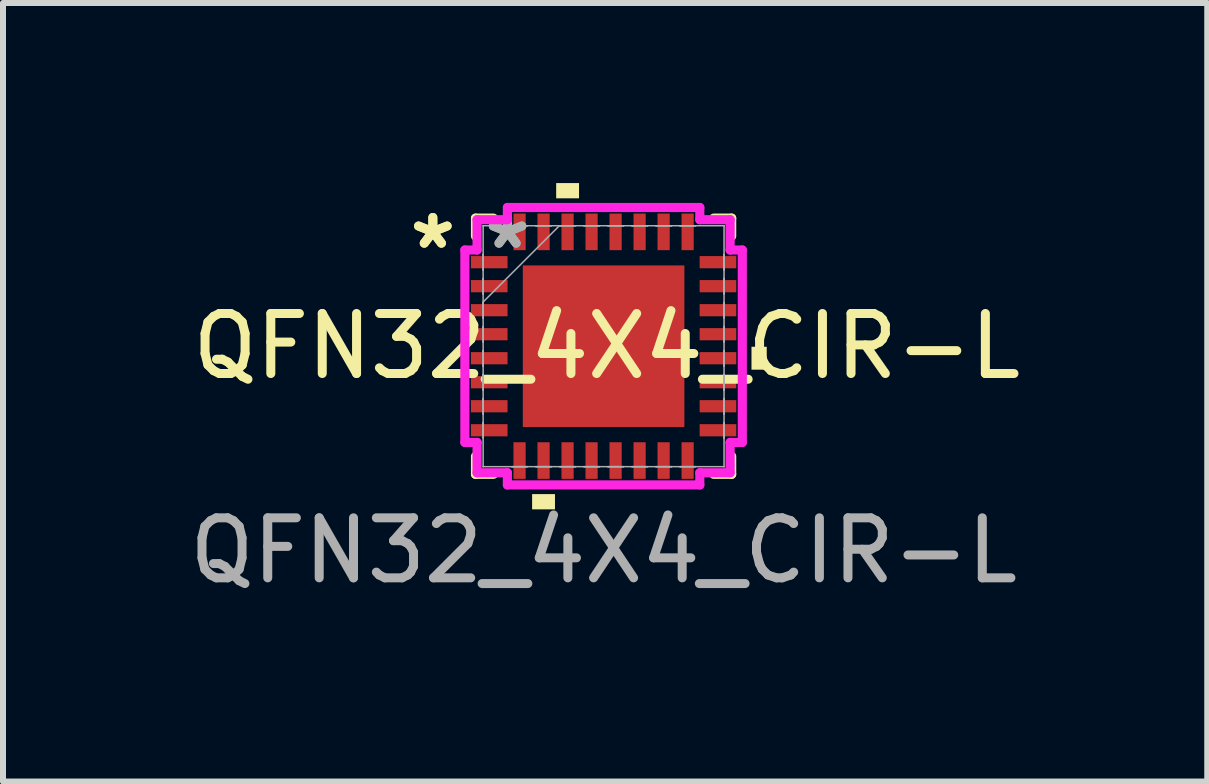
<source format=kicad_pcb>
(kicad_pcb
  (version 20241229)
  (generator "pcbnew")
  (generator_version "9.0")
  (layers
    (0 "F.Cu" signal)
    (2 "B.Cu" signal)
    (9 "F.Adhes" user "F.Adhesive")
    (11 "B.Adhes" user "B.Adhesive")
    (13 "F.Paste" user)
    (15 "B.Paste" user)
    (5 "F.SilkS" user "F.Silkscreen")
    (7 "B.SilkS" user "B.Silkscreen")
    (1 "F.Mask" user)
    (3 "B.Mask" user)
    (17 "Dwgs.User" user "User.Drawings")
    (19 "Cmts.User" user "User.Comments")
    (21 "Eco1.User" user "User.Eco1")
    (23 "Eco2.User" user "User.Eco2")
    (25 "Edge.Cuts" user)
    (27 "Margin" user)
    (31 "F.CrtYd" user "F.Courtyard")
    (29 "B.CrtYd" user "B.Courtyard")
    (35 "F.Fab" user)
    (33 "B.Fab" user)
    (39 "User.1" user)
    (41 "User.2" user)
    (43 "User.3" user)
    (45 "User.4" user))
  (footprint "QFN32_4X4_CIR-L"
    (layer "F.Cu")
    (at 7.006 2.718)
    (property "Reference" "QFN32_4X4_CIR-L" (at 0.051 0 0) (unlocked yes) (layer "F.SilkS") (effects (font (size 1 1) (thickness 0.15))))
    (attr smd)
    (fp_line (start -2.134 -2.134) (end -2.134 -1.834) (stroke (width 0.152) (type solid)) (layer "F.SilkS"))
    (fp_line (start -2.134 1.834) (end -2.134 2.134) (stroke (width 0.152) (type solid)) (layer "F.SilkS"))
    (fp_line (start -2.134 2.134) (end -1.834 2.134) (stroke (width 0.152) (type solid)) (layer "F.SilkS"))
    (fp_line (start -1.834 -2.134) (end -2.134 -2.134) (stroke (width 0.152) (type solid)) (layer "F.SilkS"))
    (fp_line (start 1.834 2.134) (end 2.134 2.134) (stroke (width 0.152) (type solid)) (layer "F.SilkS"))
    (fp_line (start 2.134 -2.134) (end 1.834 -2.134) (stroke (width 0.152) (type solid)) (layer "F.SilkS"))
    (fp_line (start 2.134 -1.834) (end 2.134 -2.134) (stroke (width 0.152) (type solid)) (layer "F.SilkS"))
    (fp_line (start 2.134 2.134) (end 2.134 1.834) (stroke (width 0.152) (type solid)) (layer "F.SilkS"))
    (fp_poly (pts (xy -1.191 2.464) (xy -1.191 2.718) (xy -0.81 2.718) (xy -0.81 2.464)) (stroke (width 0) (type solid)) (fill yes) (layer "F.SilkS"))
    (fp_poly (pts (xy -0.79 -2.464) (xy -0.79 -2.718) (xy -0.409 -2.718) (xy -0.409 -2.464)) (stroke (width 0) (type solid)) (fill yes) (layer "F.SilkS"))
    (fp_poly (pts (xy 2.718 0.009) (xy 2.718 0.391) (xy 2.464 0.391) (xy 2.464 0.009)) (stroke (width 0) (type solid)) (fill yes) (layer "F.SilkS"))
    (fp_poly (pts (xy -1.246 -1.246) (xy -1.246 -0.1) (xy -0.1 -0.1) (xy -0.1 -1.246)) (stroke (width 0) (type solid)) (fill yes) (layer "F.Paste"))
    (fp_poly (pts (xy -1.246 0.1) (xy -1.246 1.246) (xy -0.1 1.246) (xy -0.1 0.1)) (stroke (width 0) (type solid)) (fill yes) (layer "F.Paste"))
    (fp_poly (pts (xy 0.1 -1.246) (xy 0.1 -0.1) (xy 1.246 -0.1) (xy 1.246 -1.246)) (stroke (width 0) (type solid)) (fill yes) (layer "F.Paste"))
    (fp_poly (pts (xy 0.1 0.1) (xy 0.1 1.246) (xy 1.246 1.246) (xy 1.246 0.1)) (stroke (width 0) (type solid)) (fill yes) (layer "F.Paste"))
    (fp_line (start -2.311 -1.603) (end -2.108 -1.603) (stroke (width 0.152) (type solid)) (layer "F.CrtYd"))
    (fp_line (start -2.311 1.603) (end -2.311 -1.603) (stroke (width 0.152) (type solid)) (layer "F.CrtYd"))
    (fp_line (start -2.108 -2.108) (end -1.603 -2.108) (stroke (width 0.152) (type solid)) (layer "F.CrtYd"))
    (fp_line (start -2.108 -1.603) (end -2.108 -2.108) (stroke (width 0.152) (type solid)) (layer "F.CrtYd"))
    (fp_line (start -2.108 1.603) (end -2.311 1.603) (stroke (width 0.152) (type solid)) (layer "F.CrtYd"))
    (fp_line (start -2.108 2.108) (end -2.108 1.603) (stroke (width 0.152) (type solid)) (layer "F.CrtYd"))
    (fp_line (start -1.603 -2.311) (end 1.603 -2.311) (stroke (width 0.152) (type solid)) (layer "F.CrtYd"))
    (fp_line (start -1.603 -2.108) (end -1.603 -2.311) (stroke (width 0.152) (type solid)) (layer "F.CrtYd"))
    (fp_line (start -1.603 2.108) (end -2.108 2.108) (stroke (width 0.152) (type solid)) (layer "F.CrtYd"))
    (fp_line (start -1.603 2.311) (end -1.603 2.108) (stroke (width 0.152) (type solid)) (layer "F.CrtYd"))
    (fp_line (start 1.603 -2.311) (end 1.603 -2.108) (stroke (width 0.152) (type solid)) (layer "F.CrtYd"))
    (fp_line (start 1.603 -2.108) (end 2.108 -2.108) (stroke (width 0.152) (type solid)) (layer "F.CrtYd"))
    (fp_line (start 1.603 2.108) (end 1.603 2.311) (stroke (width 0.152) (type solid)) (layer "F.CrtYd"))
    (fp_line (start 1.603 2.311) (end -1.603 2.311) (stroke (width 0.152) (type solid)) (layer "F.CrtYd"))
    (fp_line (start 2.108 -2.108) (end 2.108 -1.603) (stroke (width 0.152) (type solid)) (layer "F.CrtYd"))
    (fp_line (start 2.108 -1.603) (end 2.311 -1.603) (stroke (width 0.152) (type solid)) (layer "F.CrtYd"))
    (fp_line (start 2.108 1.603) (end 2.108 2.108) (stroke (width 0.152) (type solid)) (layer "F.CrtYd"))
    (fp_line (start 2.108 2.108) (end 1.603 2.108) (stroke (width 0.152) (type solid)) (layer "F.CrtYd"))
    (fp_line (start 2.311 -1.603) (end 2.311 1.603) (stroke (width 0.152) (type solid)) (layer "F.CrtYd"))
    (fp_line (start 2.311 1.603) (end 2.108 1.603) (stroke (width 0.152) (type solid)) (layer "F.CrtYd"))
    (fp_line (start -2.007 -2.007) (end -2.007 -2.007) (stroke (width 0.025) (type solid)) (layer "F.Fab"))
    (fp_line (start -2.007 -2.007) (end -2.007 2.007) (stroke (width 0.025) (type solid)) (layer "F.Fab"))
    (fp_line (start -2.007 -1.527) (end -2.007 -1.527) (stroke (width 0.025) (type solid)) (layer "F.Fab"))
    (fp_line (start -2.007 -1.527) (end -2.007 -1.273) (stroke (width 0.025) (type solid)) (layer "F.Fab"))
    (fp_line (start -2.007 -1.273) (end -2.007 -1.527) (stroke (width 0.025) (type solid)) (layer "F.Fab"))
    (fp_line (start -2.007 -1.273) (end -2.007 -1.273) (stroke (width 0.025) (type solid)) (layer "F.Fab"))
    (fp_line (start -2.007 -1.127) (end -2.007 -1.127) (stroke (width 0.025) (type solid)) (layer "F.Fab"))
    (fp_line (start -2.007 -1.127) (end -2.007 -0.873) (stroke (width 0.025) (type solid)) (layer "F.Fab"))
    (fp_line (start -2.007 -0.873) (end -2.007 -1.127) (stroke (width 0.025) (type solid)) (layer "F.Fab"))
    (fp_line (start -2.007 -0.873) (end -2.007 -0.873) (stroke (width 0.025) (type solid)) (layer "F.Fab"))
    (fp_line (start -2.007 -0.737) (end -0.737 -2.007) (stroke (width 0.025) (type solid)) (layer "F.Fab"))
    (fp_line (start -2.007 -0.727) (end -2.007 -0.727) (stroke (width 0.025) (type solid)) (layer "F.Fab"))
    (fp_line (start -2.007 -0.727) (end -2.007 -0.473) (stroke (width 0.025) (type solid)) (layer "F.Fab"))
    (fp_line (start -2.007 -0.473) (end -2.007 -0.727) (stroke (width 0.025) (type solid)) (layer "F.Fab"))
    (fp_line (start -2.007 -0.473) (end -2.007 -0.473) (stroke (width 0.025) (type solid)) (layer "F.Fab"))
    (fp_line (start -2.007 -0.327) (end -2.007 -0.327) (stroke (width 0.025) (type solid)) (layer "F.Fab"))
    (fp_line (start -2.007 -0.327) (end -2.007 -0.073) (stroke (width 0.025) (type solid)) (layer "F.Fab"))
    (fp_line (start -2.007 -0.073) (end -2.007 -0.327) (stroke (width 0.025) (type solid)) (layer "F.Fab"))
    (fp_line (start -2.007 -0.073) (end -2.007 -0.073) (stroke (width 0.025) (type solid)) (layer "F.Fab"))
    (fp_line (start -2.007 0.073) (end -2.007 0.073) (stroke (width 0.025) (type solid)) (layer "F.Fab"))
    (fp_line (start -2.007 0.073) (end -2.007 0.327) (stroke (width 0.025) (type solid)) (layer "F.Fab"))
    (fp_line (start -2.007 0.327) (end -2.007 0.073) (stroke (width 0.025) (type solid)) (layer "F.Fab"))
    (fp_line (start -2.007 0.327) (end -2.007 0.327) (stroke (width 0.025) (type solid)) (layer "F.Fab"))
    (fp_line (start -2.007 0.473) (end -2.007 0.473) (stroke (width 0.025) (type solid)) (layer "F.Fab"))
    (fp_line (start -2.007 0.473) (end -2.007 0.727) (stroke (width 0.025) (type solid)) (layer "F.Fab"))
    (fp_line (start -2.007 0.727) (end -2.007 0.473) (stroke (width 0.025) (type solid)) (layer "F.Fab"))
    (fp_line (start -2.007 0.727) (end -2.007 0.727) (stroke (width 0.025) (type solid)) (layer "F.Fab"))
    (fp_line (start -2.007 0.873) (end -2.007 0.873) (stroke (width 0.025) (type solid)) (layer "F.Fab"))
    (fp_line (start -2.007 0.873) (end -2.007 1.127) (stroke (width 0.025) (type solid)) (layer "F.Fab"))
    (fp_line (start -2.007 1.127) (end -2.007 0.873) (stroke (width 0.025) (type solid)) (layer "F.Fab"))
    (fp_line (start -2.007 1.127) (end -2.007 1.127) (stroke (width 0.025) (type solid)) (layer "F.Fab"))
    (fp_line (start -2.007 1.273) (end -2.007 1.273) (stroke (width 0.025) (type solid)) (layer "F.Fab"))
    (fp_line (start -2.007 1.273) (end -2.007 1.527) (stroke (width 0.025) (type solid)) (layer "F.Fab"))
    (fp_line (start -2.007 1.527) (end -2.007 1.273) (stroke (width 0.025) (type solid)) (layer "F.Fab"))
    (fp_line (start -2.007 1.527) (end -2.007 1.527) (stroke (width 0.025) (type solid)) (layer "F.Fab"))
    (fp_line (start -2.007 2.007) (end -2.007 2.007) (stroke (width 0.025) (type solid)) (layer "F.Fab"))
    (fp_line (start -2.007 2.007) (end 2.007 2.007) (stroke (width 0.025) (type solid)) (layer "F.Fab"))
    (fp_line (start -1.527 -2.007) (end -1.527 -2.007) (stroke (width 0.025) (type solid)) (layer "F.Fab"))
    (fp_line (start -1.527 -2.007) (end -1.273 -2.007) (stroke (width 0.025) (type solid)) (layer "F.Fab"))
    (fp_line (start -1.527 2.007) (end -1.527 2.007) (stroke (width 0.025) (type solid)) (layer "F.Fab"))
    (fp_line (start -1.527 2.007) (end -1.273 2.007) (stroke (width 0.025) (type solid)) (layer "F.Fab"))
    (fp_line (start -1.273 -2.007) (end -1.527 -2.007) (stroke (width 0.025) (type solid)) (layer "F.Fab"))
    (fp_line (start -1.273 -2.007) (end -1.273 -2.007) (stroke (width 0.025) (type solid)) (layer "F.Fab"))
    (fp_line (start -1.273 2.007) (end -1.527 2.007) (stroke (width 0.025) (type solid)) (layer "F.Fab"))
    (fp_line (start -1.273 2.007) (end -1.273 2.007) (stroke (width 0.025) (type solid)) (layer "F.Fab"))
    (fp_line (start -1.127 -2.007) (end -1.127 -2.007) (stroke (width 0.025) (type solid)) (layer "F.Fab"))
    (fp_line (start -1.127 -2.007) (end -0.873 -2.007) (stroke (width 0.025) (type solid)) (layer "F.Fab"))
    (fp_line (start -1.127 2.007) (end -1.127 2.007) (stroke (width 0.025) (type solid)) (layer "F.Fab"))
    (fp_line (start -1.127 2.007) (end -0.873 2.007) (stroke (width 0.025) (type solid)) (layer "F.Fab"))
    (fp_line (start -0.873 -2.007) (end -1.127 -2.007) (stroke (width 0.025) (type solid)) (layer "F.Fab"))
    (fp_line (start -0.873 -2.007) (end -0.873 -2.007) (stroke (width 0.025) (type solid)) (layer "F.Fab"))
    (fp_line (start -0.873 2.007) (end -1.127 2.007) (stroke (width 0.025) (type solid)) (layer "F.Fab"))
    (fp_line (start -0.873 2.007) (end -0.873 2.007) (stroke (width 0.025) (type solid)) (layer "F.Fab"))
    (fp_line (start -0.727 -2.007) (end -0.727 -2.007) (stroke (width 0.025) (type solid)) (layer "F.Fab"))
    (fp_line (start -0.727 -2.007) (end -0.473 -2.007) (stroke (width 0.025) (type solid)) (layer "F.Fab"))
    (fp_line (start -0.727 2.007) (end -0.727 2.007) (stroke (width 0.025) (type solid)) (layer "F.Fab"))
    (fp_line (start -0.727 2.007) (end -0.473 2.007) (stroke (width 0.025) (type solid)) (layer "F.Fab"))
    (fp_line (start -0.473 -2.007) (end -0.727 -2.007) (stroke (width 0.025) (type solid)) (layer "F.Fab"))
    (fp_line (start -0.473 -2.007) (end -0.473 -2.007) (stroke (width 0.025) (type solid)) (layer "F.Fab"))
    (fp_line (start -0.473 2.007) (end -0.727 2.007) (stroke (width 0.025) (type solid)) (layer "F.Fab"))
    (fp_line (start -0.473 2.007) (end -0.473 2.007) (stroke (width 0.025) (type solid)) (layer "F.Fab"))
    (fp_line (start -0.327 -2.007) (end -0.327 -2.007) (stroke (width 0.025) (type solid)) (layer "F.Fab"))
    (fp_line (start -0.327 -2.007) (end -0.073 -2.007) (stroke (width 0.025) (type solid)) (layer "F.Fab"))
    (fp_line (start -0.327 2.007) (end -0.327 2.007) (stroke (width 0.025) (type solid)) (layer "F.Fab"))
    (fp_line (start -0.327 2.007) (end -0.073 2.007) (stroke (width 0.025) (type solid)) (layer "F.Fab"))
    (fp_line (start -0.073 -2.007) (end -0.327 -2.007) (stroke (width 0.025) (type solid)) (layer "F.Fab"))
    (fp_line (start -0.073 -2.007) (end -0.073 -2.007) (stroke (width 0.025) (type solid)) (layer "F.Fab"))
    (fp_line (start -0.073 2.007) (end -0.327 2.007) (stroke (width 0.025) (type solid)) (layer "F.Fab"))
    (fp_line (start -0.073 2.007) (end -0.073 2.007) (stroke (width 0.025) (type solid)) (layer "F.Fab"))
    (fp_line (start 0.073 -2.007) (end 0.073 -2.007) (stroke (width 0.025) (type solid)) (layer "F.Fab"))
    (fp_line (start 0.073 -2.007) (end 0.327 -2.007) (stroke (width 0.025) (type solid)) (layer "F.Fab"))
    (fp_line (start 0.073 2.007) (end 0.073 2.007) (stroke (width 0.025) (type solid)) (layer "F.Fab"))
    (fp_line (start 0.073 2.007) (end 0.327 2.007) (stroke (width 0.025) (type solid)) (layer "F.Fab"))
    (fp_line (start 0.327 -2.007) (end 0.073 -2.007) (stroke (width 0.025) (type solid)) (layer "F.Fab"))
    (fp_line (start 0.327 -2.007) (end 0.327 -2.007) (stroke (width 0.025) (type solid)) (layer "F.Fab"))
    (fp_line (start 0.327 2.007) (end 0.073 2.007) (stroke (width 0.025) (type solid)) (layer "F.Fab"))
    (fp_line (start 0.327 2.007) (end 0.327 2.007) (stroke (width 0.025) (type solid)) (layer "F.Fab"))
    (fp_line (start 0.473 -2.007) (end 0.473 -2.007) (stroke (width 0.025) (type solid)) (layer "F.Fab"))
    (fp_line (start 0.473 -2.007) (end 0.727 -2.007) (stroke (width 0.025) (type solid)) (layer "F.Fab"))
    (fp_line (start 0.473 2.007) (end 0.473 2.007) (stroke (width 0.025) (type solid)) (layer "F.Fab"))
    (fp_line (start 0.473 2.007) (end 0.727 2.007) (stroke (width 0.025) (type solid)) (layer "F.Fab"))
    (fp_line (start 0.727 -2.007) (end 0.473 -2.007) (stroke (width 0.025) (type solid)) (layer "F.Fab"))
    (fp_line (start 0.727 -2.007) (end 0.727 -2.007) (stroke (width 0.025) (type solid)) (layer "F.Fab"))
    (fp_line (start 0.727 2.007) (end 0.473 2.007) (stroke (width 0.025) (type solid)) (layer "F.Fab"))
    (fp_line (start 0.727 2.007) (end 0.727 2.007) (stroke (width 0.025) (type solid)) (layer "F.Fab"))
    (fp_line (start 0.873 -2.007) (end 0.873 -2.007) (stroke (width 0.025) (type solid)) (layer "F.Fab"))
    (fp_line (start 0.873 -2.007) (end 1.127 -2.007) (stroke (width 0.025) (type solid)) (layer "F.Fab"))
    (fp_line (start 0.873 2.007) (end 0.873 2.007) (stroke (width 0.025) (type solid)) (layer "F.Fab"))
    (fp_line (start 0.873 2.007) (end 1.127 2.007) (stroke (width 0.025) (type solid)) (layer "F.Fab"))
    (fp_line (start 1.127 -2.007) (end 0.873 -2.007) (stroke (width 0.025) (type solid)) (layer "F.Fab"))
    (fp_line (start 1.127 -2.007) (end 1.127 -2.007) (stroke (width 0.025) (type solid)) (layer "F.Fab"))
    (fp_line (start 1.127 2.007) (end 0.873 2.007) (stroke (width 0.025) (type solid)) (layer "F.Fab"))
    (fp_line (start 1.127 2.007) (end 1.127 2.007) (stroke (width 0.025) (type solid)) (layer "F.Fab"))
    (fp_line (start 1.273 -2.007) (end 1.273 -2.007) (stroke (width 0.025) (type solid)) (layer "F.Fab"))
    (fp_line (start 1.273 -2.007) (end 1.527 -2.007) (stroke (width 0.025) (type solid)) (layer "F.Fab"))
    (fp_line (start 1.273 2.007) (end 1.273 2.007) (stroke (width 0.025) (type solid)) (layer "F.Fab"))
    (fp_line (start 1.273 2.007) (end 1.527 2.007) (stroke (width 0.025) (type solid)) (layer "F.Fab"))
    (fp_line (start 1.527 -2.007) (end 1.273 -2.007) (stroke (width 0.025) (type solid)) (layer "F.Fab"))
    (fp_line (start 1.527 -2.007) (end 1.527 -2.007) (stroke (width 0.025) (type solid)) (layer "F.Fab"))
    (fp_line (start 1.527 2.007) (end 1.273 2.007) (stroke (width 0.025) (type solid)) (layer "F.Fab"))
    (fp_line (start 1.527 2.007) (end 1.527 2.007) (stroke (width 0.025) (type solid)) (layer "F.Fab"))
    (fp_line (start 2.007 -2.007) (end -2.007 -2.007) (stroke (width 0.025) (type solid)) (layer "F.Fab"))
    (fp_line (start 2.007 -2.007) (end 2.007 -2.007) (stroke (width 0.025) (type solid)) (layer "F.Fab"))
    (fp_line (start 2.007 -1.527) (end 2.007 -1.527) (stroke (width 0.025) (type solid)) (layer "F.Fab"))
    (fp_line (start 2.007 -1.527) (end 2.007 -1.273) (stroke (width 0.025) (type solid)) (layer "F.Fab"))
    (fp_line (start 2.007 -1.273) (end 2.007 -1.527) (stroke (width 0.025) (type solid)) (layer "F.Fab"))
    (fp_line (start 2.007 -1.273) (end 2.007 -1.273) (stroke (width 0.025) (type solid)) (layer "F.Fab"))
    (fp_line (start 2.007 -1.127) (end 2.007 -1.127) (stroke (width 0.025) (type solid)) (layer "F.Fab"))
    (fp_line (start 2.007 -1.127) (end 2.007 -0.873) (stroke (width 0.025) (type solid)) (layer "F.Fab"))
    (fp_line (start 2.007 -0.873) (end 2.007 -1.127) (stroke (width 0.025) (type solid)) (layer "F.Fab"))
    (fp_line (start 2.007 -0.873) (end 2.007 -0.873) (stroke (width 0.025) (type solid)) (layer "F.Fab"))
    (fp_line (start 2.007 -0.727) (end 2.007 -0.727) (stroke (width 0.025) (type solid)) (layer "F.Fab"))
    (fp_line (start 2.007 -0.727) (end 2.007 -0.473) (stroke (width 0.025) (type solid)) (layer "F.Fab"))
    (fp_line (start 2.007 -0.473) (end 2.007 -0.727) (stroke (width 0.025) (type solid)) (layer "F.Fab"))
    (fp_line (start 2.007 -0.473) (end 2.007 -0.473) (stroke (width 0.025) (type solid)) (layer "F.Fab"))
    (fp_line (start 2.007 -0.327) (end 2.007 -0.327) (stroke (width 0.025) (type solid)) (layer "F.Fab"))
    (fp_line (start 2.007 -0.327) (end 2.007 -0.073) (stroke (width 0.025) (type solid)) (layer "F.Fab"))
    (fp_line (start 2.007 -0.073) (end 2.007 -0.327) (stroke (width 0.025) (type solid)) (layer "F.Fab"))
    (fp_line (start 2.007 -0.073) (end 2.007 -0.073) (stroke (width 0.025) (type solid)) (layer "F.Fab"))
    (fp_line (start 2.007 0.073) (end 2.007 0.073) (stroke (width 0.025) (type solid)) (layer "F.Fab"))
    (fp_line (start 2.007 0.073) (end 2.007 0.327) (stroke (width 0.025) (type solid)) (layer "F.Fab"))
    (fp_line (start 2.007 0.327) (end 2.007 0.073) (stroke (width 0.025) (type solid)) (layer "F.Fab"))
    (fp_line (start 2.007 0.327) (end 2.007 0.327) (stroke (width 0.025) (type solid)) (layer "F.Fab"))
    (fp_line (start 2.007 0.473) (end 2.007 0.473) (stroke (width 0.025) (type solid)) (layer "F.Fab"))
    (fp_line (start 2.007 0.473) (end 2.007 0.727) (stroke (width 0.025) (type solid)) (layer "F.Fab"))
    (fp_line (start 2.007 0.727) (end 2.007 0.473) (stroke (width 0.025) (type solid)) (layer "F.Fab"))
    (fp_line (start 2.007 0.727) (end 2.007 0.727) (stroke (width 0.025) (type solid)) (layer "F.Fab"))
    (fp_line (start 2.007 0.873) (end 2.007 0.873) (stroke (width 0.025) (type solid)) (layer "F.Fab"))
    (fp_line (start 2.007 0.873) (end 2.007 1.127) (stroke (width 0.025) (type solid)) (layer "F.Fab"))
    (fp_line (start 2.007 1.127) (end 2.007 0.873) (stroke (width 0.025) (type solid)) (layer "F.Fab"))
    (fp_line (start 2.007 1.127) (end 2.007 1.127) (stroke (width 0.025) (type solid)) (layer "F.Fab"))
    (fp_line (start 2.007 1.273) (end 2.007 1.273) (stroke (width 0.025) (type solid)) (layer "F.Fab"))
    (fp_line (start 2.007 1.273) (end 2.007 1.527) (stroke (width 0.025) (type solid)) (layer "F.Fab"))
    (fp_line (start 2.007 1.527) (end 2.007 1.273) (stroke (width 0.025) (type solid)) (layer "F.Fab"))
    (fp_line (start 2.007 1.527) (end 2.007 1.527) (stroke (width 0.025) (type solid)) (layer "F.Fab"))
    (fp_line (start 2.007 2.007) (end 2.007 -2.007) (stroke (width 0.025) (type solid)) (layer "F.Fab"))
    (fp_line (start 2.007 2.007) (end 2.007 2.007) (stroke (width 0.025) (type solid)) (layer "F.Fab"))
    (fp_text user "*" (at -2.845 -1.6 0) (layer "F.SilkS") (effects (font (size 1 1) (thickness 0.15))))
    (fp_text user "*" (at -2.845 -1.6 0) (unlocked yes) (layer "F.SilkS") (effects (font (size 1 1) (thickness 0.15))))
    (fp_text user "*" (at -1.6 -1.6 0) (layer "F.Fab") (effects (font (size 1 1) (thickness 0.15))))
    (fp_text user "${REFERENCE}" (at 0 3.404 0) (unlocked yes) (layer "F.Fab") (effects (font (size 1 1) (thickness 0.15))))
    (fp_text user "*" (at -1.6 -1.6 0) (unlocked yes) (layer "F.Fab") (effects (font (size 1 1) (thickness 0.15))))
    (pad "1" smd rect (at -1.905 -1.4 90) (size 0.203 0.61) (layers "F.Cu" "F.Mask" "F.Paste"))
    (pad "2" smd rect (at -1.905 -1 90) (size 0.203 0.61) (layers "F.Cu" "F.Mask" "F.Paste"))
    (pad "3" smd rect (at -1.905 -0.6 90) (size 0.203 0.61) (layers "F.Cu" "F.Mask" "F.Paste"))
    (pad "4" smd rect (at -1.905 -0.2 90) (size 0.203 0.61) (layers "F.Cu" "F.Mask" "F.Paste"))
    (pad "5" smd rect (at -1.905 0.2 90) (size 0.203 0.61) (layers "F.Cu" "F.Mask" "F.Paste"))
    (pad "6" smd rect (at -1.905 0.6 90) (size 0.203 0.61) (layers "F.Cu" "F.Mask" "F.Paste"))
    (pad "7" smd rect (at -1.905 1 90) (size 0.203 0.61) (layers "F.Cu" "F.Mask" "F.Paste"))
    (pad "8" smd rect (at -1.905 1.4 90) (size 0.203 0.61) (layers "F.Cu" "F.Mask" "F.Paste"))
    (pad "9" smd rect (at -1.4 1.905) (size 0.203 0.61) (layers "F.Cu" "F.Mask" "F.Paste"))
    (pad "10" smd rect (at -1 1.905) (size 0.203 0.61) (layers "F.Cu" "F.Mask" "F.Paste"))
    (pad "11" smd rect (at -0.6 1.905) (size 0.203 0.61) (layers "F.Cu" "F.Mask" "F.Paste"))
    (pad "12" smd rect (at -0.2 1.905) (size 0.203 0.61) (layers "F.Cu" "F.Mask" "F.Paste"))
    (pad "13" smd rect (at 0.2 1.905) (size 0.203 0.61) (layers "F.Cu" "F.Mask" "F.Paste"))
    (pad "14" smd rect (at 0.6 1.905) (size 0.203 0.61) (layers "F.Cu" "F.Mask" "F.Paste"))
    (pad "15" smd rect (at 1 1.905) (size 0.203 0.61) (layers "F.Cu" "F.Mask" "F.Paste"))
    (pad "16" smd rect (at 1.4 1.905) (size 0.203 0.61) (layers "F.Cu" "F.Mask" "F.Paste"))
    (pad "17" smd rect (at 1.905 1.4 90) (size 0.203 0.61) (layers "F.Cu" "F.Mask" "F.Paste"))
    (pad "18" smd rect (at 1.905 1 90) (size 0.203 0.61) (layers "F.Cu" "F.Mask" "F.Paste"))
    (pad "19" smd rect (at 1.905 0.6 90) (size 0.203 0.61) (layers "F.Cu" "F.Mask" "F.Paste"))
    (pad "20" smd rect (at 1.905 0.2 90) (size 0.203 0.61) (layers "F.Cu" "F.Mask" "F.Paste"))
    (pad "21" smd rect (at 1.905 -0.2 90) (size 0.203 0.61) (layers "F.Cu" "F.Mask" "F.Paste"))
    (pad "22" smd rect (at 1.905 -0.6 90) (size 0.203 0.61) (layers "F.Cu" "F.Mask" "F.Paste"))
    (pad "23" smd rect (at 1.905 -1 90) (size 0.203 0.61) (layers "F.Cu" "F.Mask" "F.Paste"))
    (pad "24" smd rect (at 1.905 -1.4 90) (size 0.203 0.61) (layers "F.Cu" "F.Mask" "F.Paste"))
    (pad "25" smd rect (at 1.4 -1.905) (size 0.203 0.61) (layers "F.Cu" "F.Mask" "F.Paste"))
    (pad "26" smd rect (at 1 -1.905) (size 0.203 0.61) (layers "F.Cu" "F.Mask" "F.Paste"))
    (pad "27" smd rect (at 0.6 -1.905) (size 0.203 0.61) (layers "F.Cu" "F.Mask" "F.Paste"))
    (pad "28" smd rect (at 0.2 -1.905) (size 0.203 0.61) (layers "F.Cu" "F.Mask" "F.Paste"))
    (pad "29" smd rect (at -0.2 -1.905) (size 0.203 0.61) (layers "F.Cu" "F.Mask" "F.Paste"))
    (pad "30" smd rect (at -0.6 -1.905) (size 0.203 0.61) (layers "F.Cu" "F.Mask" "F.Paste"))
    (pad "31" smd rect (at -1 -1.905) (size 0.203 0.61) (layers "F.Cu" "F.Mask" "F.Paste"))
    (pad "32" smd rect (at -1.4 -1.905) (size 0.203 0.61) (layers "F.Cu" "F.Mask" "F.Paste"))
    (pad "33" smd rect (at 0 0) (size 2.692 2.692) (layers "F.Cu" "F.Mask")))
  (gr_rect
    (start -3 -3)
    (end 17.063 9.97)
    (stroke (width 0.1) (type default))
    (fill no)
    (layer "Edge.Cuts")))
</source>
